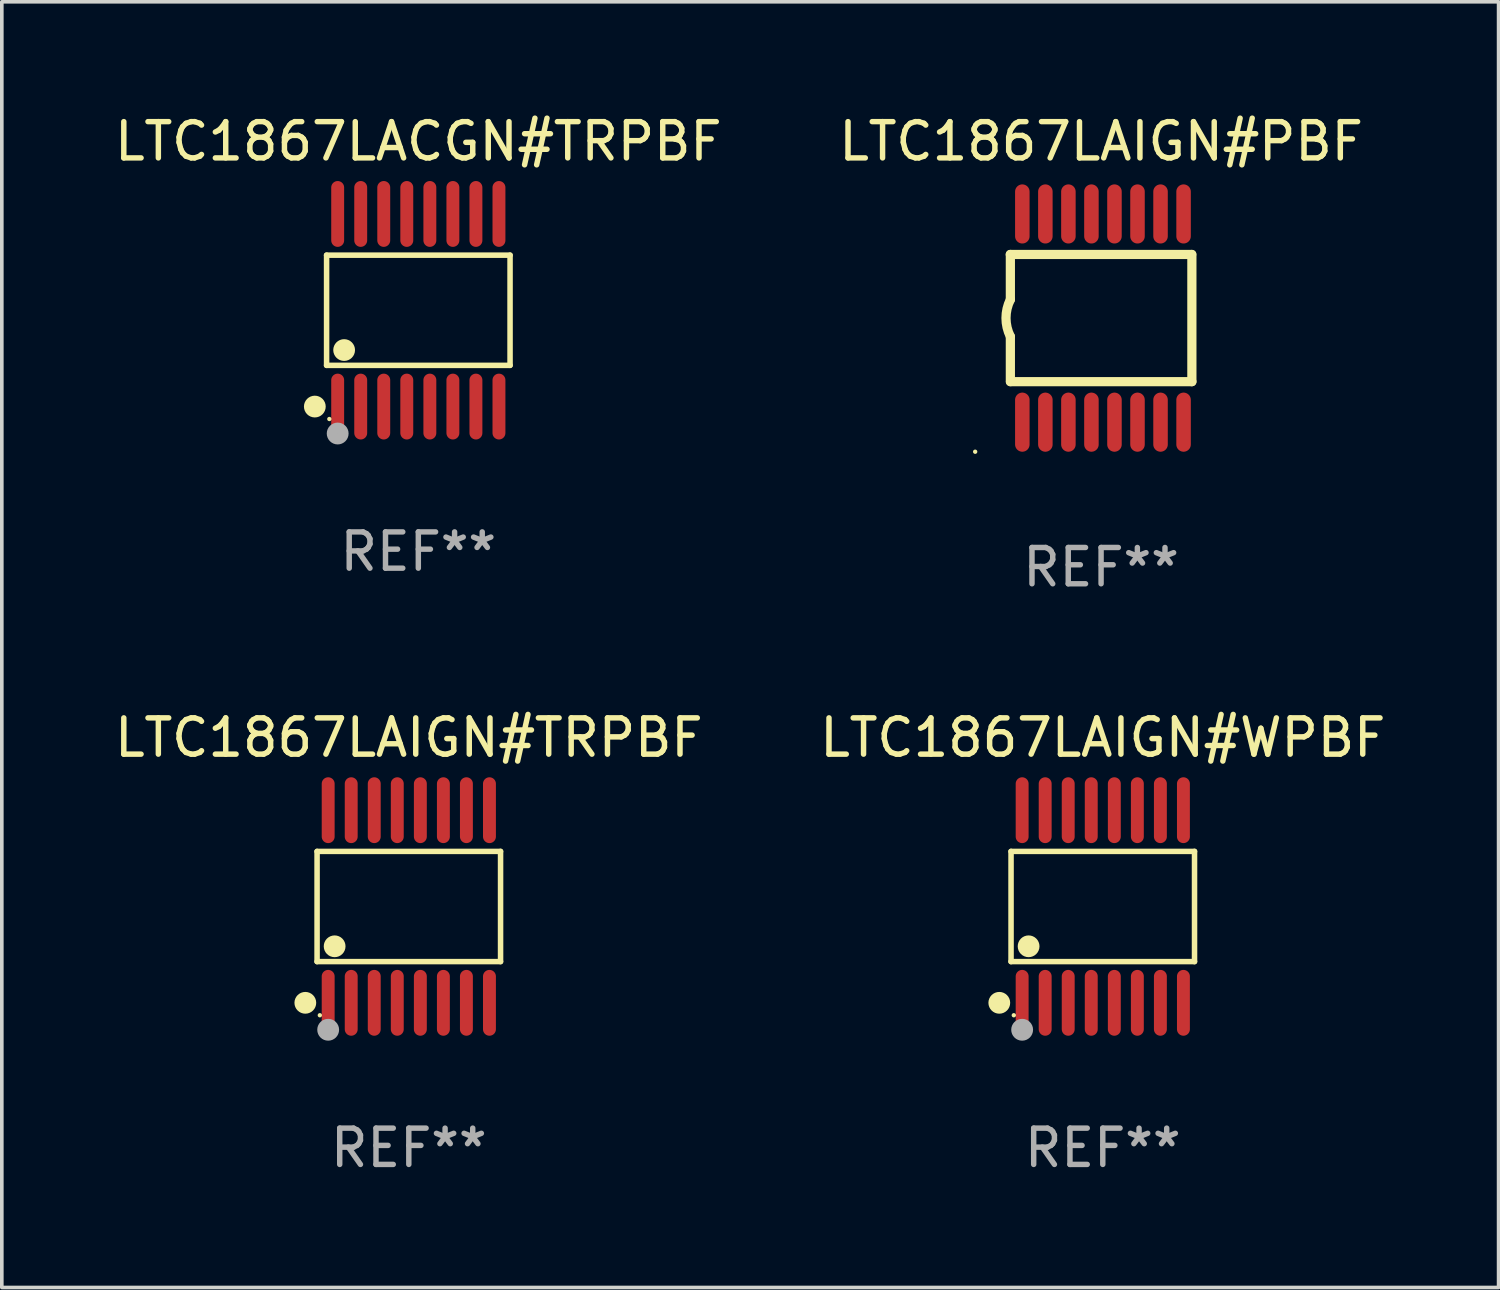
<source format=kicad_pcb>
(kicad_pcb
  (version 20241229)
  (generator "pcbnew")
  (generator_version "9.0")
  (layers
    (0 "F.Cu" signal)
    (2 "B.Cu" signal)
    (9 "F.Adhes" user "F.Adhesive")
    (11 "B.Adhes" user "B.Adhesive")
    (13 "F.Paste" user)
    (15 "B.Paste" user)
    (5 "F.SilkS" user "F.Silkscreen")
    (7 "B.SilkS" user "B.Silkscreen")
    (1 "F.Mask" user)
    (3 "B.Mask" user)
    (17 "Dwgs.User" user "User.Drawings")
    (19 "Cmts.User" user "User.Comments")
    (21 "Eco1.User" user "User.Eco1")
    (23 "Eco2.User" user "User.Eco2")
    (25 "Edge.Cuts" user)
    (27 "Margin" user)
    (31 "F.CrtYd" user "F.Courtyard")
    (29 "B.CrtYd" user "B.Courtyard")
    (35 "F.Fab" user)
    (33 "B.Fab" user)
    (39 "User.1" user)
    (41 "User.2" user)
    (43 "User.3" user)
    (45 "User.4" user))
  (footprint "LTC1867LAIGN#PBF"
    (layer "F.Cu")
    (at 27.304 5.718)
    (property "Reference" "LTC1867LAIGN#PBF" (at 0 -4.87 0) (layer "F.SilkS") (effects (font (size 1 1) (thickness 0.15))))
    (attr through_hole)
    (fp_line (start -2.503 -1.753) (end 2.497 -1.753) (stroke (width 0.254) (type solid)) (layer "F.SilkS"))
    (fp_line (start -2.501 -0.508) (end -2.501 -1.753) (stroke (width 0.254) (type solid)) (layer "F.SilkS"))
    (fp_line (start -2.501 1.753) (end -2.501 0.508) (stroke (width 0.254) (type solid)) (layer "F.SilkS"))
    (fp_line (start -2.497 1.753) (end 2.503 1.753) (stroke (width 0.254) (type solid)) (layer "F.SilkS"))
    (fp_line (start 2.503 1.753) (end 2.503 -1.753) (stroke (width 0.254) (type solid)) (layer "F.SilkS"))
    (fp_arc (start -2.50127 0.508001) (mid -2.621193 0) (end -2.50127 -0.508001) (stroke (width 0.254001) (type solid)) (layer "F.SilkS"))
    (fp_circle (center -3.471 3.685) (end -3.441 3.685) (stroke (width 0.06) (type solid)) (fill no) (layer "F.SilkS"))
    (fp_text user "REF**" (at 0 6.87 0) (layer "F.Fab") (effects (font (size 1 1) (thickness 0.15))))
    (pad "1" smd oval (at -2.171 2.87 90) (size 1.63 0.4) (layers "F.Cu" "F.Mask" "F.Paste"))
    (pad "2" smd oval (at -1.536 2.87 90) (size 1.63 0.4) (layers "F.Cu" "F.Mask" "F.Paste"))
    (pad "3" smd oval (at -0.901 2.87 90) (size 1.63 0.4) (layers "F.Cu" "F.Mask" "F.Paste"))
    (pad "4" smd oval (at -0.266 2.87 90) (size 1.63 0.4) (layers "F.Cu" "F.Mask" "F.Paste"))
    (pad "5" smd oval (at 0.369 2.87 90) (size 1.63 0.4) (layers "F.Cu" "F.Mask" "F.Paste"))
    (pad "6" smd oval (at 1.004 2.87 90) (size 1.63 0.4) (layers "F.Cu" "F.Mask" "F.Paste"))
    (pad "7" smd oval (at 1.639 2.87 90) (size 1.63 0.4) (layers "F.Cu" "F.Mask" "F.Paste"))
    (pad "8" smd oval (at 2.274 2.87 90) (size 1.63 0.4) (layers "F.Cu" "F.Mask" "F.Paste"))
    (pad "9" smd oval (at 2.274 -2.87 270) (size 1.63 0.4) (layers "F.Cu" "F.Mask" "F.Paste"))
    (pad "10" smd oval (at 1.639 -2.87 270) (size 1.63 0.4) (layers "F.Cu" "F.Mask" "F.Paste"))
    (pad "11" smd oval (at 1.004 -2.87 270) (size 1.63 0.4) (layers "F.Cu" "F.Mask" "F.Paste"))
    (pad "12" smd oval (at 0.369 -2.87 270) (size 1.63 0.4) (layers "F.Cu" "F.Mask" "F.Paste"))
    (pad "13" smd oval (at -0.266 -2.87 270) (size 1.63 0.4) (layers "F.Cu" "F.Mask" "F.Paste"))
    (pad "14" smd oval (at -0.901 -2.87 270) (size 1.63 0.4) (layers "F.Cu" "F.Mask" "F.Paste"))
    (pad "15" smd oval (at -1.536 -2.87 270) (size 1.63 0.4) (layers "F.Cu" "F.Mask" "F.Paste"))
    (pad "16" smd oval (at -2.171 -2.87 270) (size 1.63 0.4) (layers "F.Cu" "F.Mask" "F.Paste")))
  (footprint "LTC1867LAIGN#WPBF"
    (layer "F.Cu")
    (at 27.351 21.94)
    (property "Reference" "LTC1867LAIGN#WPBF" (at 0 -4.655 0) (layer "F.SilkS") (effects (font (size 1 1) (thickness 0.15))))
    (attr through_hole)
    (fp_line (start -2.529 -1.519) (end 2.529 -1.519) (stroke (width 0.152) (type solid)) (layer "F.SilkS"))
    (fp_line (start -2.529 1.519) (end -2.529 -1.519) (stroke (width 0.152) (type solid)) (layer "F.SilkS"))
    (fp_line (start 2.529 -1.519) (end 2.529 1.519) (stroke (width 0.152) (type solid)) (layer "F.SilkS"))
    (fp_line (start 2.529 1.519) (end -2.529 1.519) (stroke (width 0.152) (type solid)) (layer "F.SilkS"))
    (fp_circle (center -2.853 2.655) (end -2.703 2.655) (stroke (width 0.3) (type solid)) (fill no) (layer "F.SilkS"))
    (fp_circle (center -2.453 2.998) (end -2.423 2.998) (stroke (width 0.06) (type solid)) (fill no) (layer "F.SilkS"))
    (fp_circle (center -2.045 1.097) (end -1.895 1.097) (stroke (width 0.3) (type solid)) (fill no) (layer "F.SilkS"))
    (fp_circle (center -2.223 3.398) (end -2.072 3.398) (stroke (width 0.3) (type solid)) (fill no) (layer "F.Fab"))
    (fp_text user "REF**" (at 0 6.655 0) (layer "F.Fab") (effects (font (size 1 1) (thickness 0.15))))
    (pad "1" smd oval (at -2.223 2.655) (size 0.356 1.815) (layers "F.Cu" "F.Mask" "F.Paste"))
    (pad "2" smd oval (at -1.588 2.655) (size 0.356 1.815) (layers "F.Cu" "F.Mask" "F.Paste"))
    (pad "3" smd oval (at -0.953 2.655) (size 0.356 1.815) (layers "F.Cu" "F.Mask" "F.Paste"))
    (pad "4" smd oval (at -0.318 2.655) (size 0.356 1.815) (layers "F.Cu" "F.Mask" "F.Paste"))
    (pad "5" smd oval (at 0.318 2.655) (size 0.356 1.815) (layers "F.Cu" "F.Mask" "F.Paste"))
    (pad "6" smd oval (at 0.953 2.655) (size 0.356 1.815) (layers "F.Cu" "F.Mask" "F.Paste"))
    (pad "7" smd oval (at 1.588 2.655) (size 0.356 1.815) (layers "F.Cu" "F.Mask" "F.Paste"))
    (pad "8" smd oval (at 2.223 2.655) (size 0.356 1.815) (layers "F.Cu" "F.Mask" "F.Paste"))
    (pad "9" smd oval (at 2.223 -2.655) (size 0.356 1.815) (layers "F.Cu" "F.Mask" "F.Paste"))
    (pad "10" smd oval (at 1.588 -2.655) (size 0.356 1.815) (layers "F.Cu" "F.Mask" "F.Paste"))
    (pad "11" smd oval (at 0.953 -2.655) (size 0.356 1.815) (layers "F.Cu" "F.Mask" "F.Paste"))
    (pad "12" smd oval (at 0.318 -2.655) (size 0.356 1.815) (layers "F.Cu" "F.Mask" "F.Paste"))
    (pad "13" smd oval (at -0.318 -2.655) (size 0.356 1.815) (layers "F.Cu" "F.Mask" "F.Paste"))
    (pad "14" smd oval (at -0.953 -2.655) (size 0.356 1.815) (layers "F.Cu" "F.Mask" "F.Paste"))
    (pad "15" smd oval (at -1.588 -2.655) (size 0.356 1.815) (layers "F.Cu" "F.Mask" "F.Paste"))
    (pad "16" smd oval (at -2.223 -2.655) (size 0.356 1.815) (layers "F.Cu" "F.Mask" "F.Paste")))
  (footprint "LTC1867LACGN#TRPBF"
    (layer "F.Cu")
    (at 8.482 5.503)
    (property "Reference" "LTC1867LACGN#TRPBF" (at 0 -4.655 0) (layer "F.SilkS") (effects (font (size 1 1) (thickness 0.15))))
    (attr through_hole)
    (fp_line (start -2.529 -1.519) (end 2.529 -1.519) (stroke (width 0.152) (type solid)) (layer "F.SilkS"))
    (fp_line (start -2.529 1.519) (end -2.529 -1.519) (stroke (width 0.152) (type solid)) (layer "F.SilkS"))
    (fp_line (start 2.529 -1.519) (end 2.529 1.519) (stroke (width 0.152) (type solid)) (layer "F.SilkS"))
    (fp_line (start 2.529 1.519) (end -2.529 1.519) (stroke (width 0.152) (type solid)) (layer "F.SilkS"))
    (fp_circle (center -2.853 2.655) (end -2.703 2.655) (stroke (width 0.3) (type solid)) (fill no) (layer "F.SilkS"))
    (fp_circle (center -2.453 2.998) (end -2.423 2.998) (stroke (width 0.06) (type solid)) (fill no) (layer "F.SilkS"))
    (fp_circle (center -2.045 1.097) (end -1.895 1.097) (stroke (width 0.3) (type solid)) (fill no) (layer "F.SilkS"))
    (fp_circle (center -2.223 3.398) (end -2.072 3.398) (stroke (width 0.3) (type solid)) (fill no) (layer "F.Fab"))
    (fp_text user "REF**" (at 0 6.655 0) (layer "F.Fab") (effects (font (size 1 1) (thickness 0.15))))
    (pad "1" smd oval (at -2.223 2.655) (size 0.356 1.815) (layers "F.Cu" "F.Mask" "F.Paste"))
    (pad "2" smd oval (at -1.588 2.655) (size 0.356 1.815) (layers "F.Cu" "F.Mask" "F.Paste"))
    (pad "3" smd oval (at -0.953 2.655) (size 0.356 1.815) (layers "F.Cu" "F.Mask" "F.Paste"))
    (pad "4" smd oval (at -0.318 2.655) (size 0.356 1.815) (layers "F.Cu" "F.Mask" "F.Paste"))
    (pad "5" smd oval (at 0.318 2.655) (size 0.356 1.815) (layers "F.Cu" "F.Mask" "F.Paste"))
    (pad "6" smd oval (at 0.953 2.655) (size 0.356 1.815) (layers "F.Cu" "F.Mask" "F.Paste"))
    (pad "7" smd oval (at 1.588 2.655) (size 0.356 1.815) (layers "F.Cu" "F.Mask" "F.Paste"))
    (pad "8" smd oval (at 2.223 2.655) (size 0.356 1.815) (layers "F.Cu" "F.Mask" "F.Paste"))
    (pad "9" smd oval (at 2.223 -2.655) (size 0.356 1.815) (layers "F.Cu" "F.Mask" "F.Paste"))
    (pad "10" smd oval (at 1.588 -2.655) (size 0.356 1.815) (layers "F.Cu" "F.Mask" "F.Paste"))
    (pad "11" smd oval (at 0.953 -2.655) (size 0.356 1.815) (layers "F.Cu" "F.Mask" "F.Paste"))
    (pad "12" smd oval (at 0.318 -2.655) (size 0.356 1.815) (layers "F.Cu" "F.Mask" "F.Paste"))
    (pad "13" smd oval (at -0.318 -2.655) (size 0.356 1.815) (layers "F.Cu" "F.Mask" "F.Paste"))
    (pad "14" smd oval (at -0.953 -2.655) (size 0.356 1.815) (layers "F.Cu" "F.Mask" "F.Paste"))
    (pad "15" smd oval (at -1.588 -2.655) (size 0.356 1.815) (layers "F.Cu" "F.Mask" "F.Paste"))
    (pad "16" smd oval (at -2.223 -2.655) (size 0.356 1.815) (layers "F.Cu" "F.Mask" "F.Paste")))
  (footprint "LTC1867LAIGN#TRPBF"
    (layer "F.Cu")
    (at 8.22 21.94)
    (property "Reference" "LTC1867LAIGN#TRPBF" (at 0 -4.655 0) (layer "F.SilkS") (effects (font (size 1 1) (thickness 0.15))))
    (attr through_hole)
    (fp_line (start -2.529 -1.519) (end 2.529 -1.519) (stroke (width 0.152) (type solid)) (layer "F.SilkS"))
    (fp_line (start -2.529 1.519) (end -2.529 -1.519) (stroke (width 0.152) (type solid)) (layer "F.SilkS"))
    (fp_line (start 2.529 -1.519) (end 2.529 1.519) (stroke (width 0.152) (type solid)) (layer "F.SilkS"))
    (fp_line (start 2.529 1.519) (end -2.529 1.519) (stroke (width 0.152) (type solid)) (layer "F.SilkS"))
    (fp_circle (center -2.853 2.655) (end -2.703 2.655) (stroke (width 0.3) (type solid)) (fill no) (layer "F.SilkS"))
    (fp_circle (center -2.453 2.998) (end -2.423 2.998) (stroke (width 0.06) (type solid)) (fill no) (layer "F.SilkS"))
    (fp_circle (center -2.045 1.097) (end -1.895 1.097) (stroke (width 0.3) (type solid)) (fill no) (layer "F.SilkS"))
    (fp_circle (center -2.223 3.398) (end -2.072 3.398) (stroke (width 0.3) (type solid)) (fill no) (layer "F.Fab"))
    (fp_text user "REF**" (at 0 6.655 0) (layer "F.Fab") (effects (font (size 1 1) (thickness 0.15))))
    (pad "1" smd oval (at -2.223 2.655) (size 0.356 1.815) (layers "F.Cu" "F.Mask" "F.Paste"))
    (pad "2" smd oval (at -1.588 2.655) (size 0.356 1.815) (layers "F.Cu" "F.Mask" "F.Paste"))
    (pad "3" smd oval (at -0.953 2.655) (size 0.356 1.815) (layers "F.Cu" "F.Mask" "F.Paste"))
    (pad "4" smd oval (at -0.318 2.655) (size 0.356 1.815) (layers "F.Cu" "F.Mask" "F.Paste"))
    (pad "5" smd oval (at 0.318 2.655) (size 0.356 1.815) (layers "F.Cu" "F.Mask" "F.Paste"))
    (pad "6" smd oval (at 0.953 2.655) (size 0.356 1.815) (layers "F.Cu" "F.Mask" "F.Paste"))
    (pad "7" smd oval (at 1.588 2.655) (size 0.356 1.815) (layers "F.Cu" "F.Mask" "F.Paste"))
    (pad "8" smd oval (at 2.223 2.655) (size 0.356 1.815) (layers "F.Cu" "F.Mask" "F.Paste"))
    (pad "9" smd oval (at 2.223 -2.655) (size 0.356 1.815) (layers "F.Cu" "F.Mask" "F.Paste"))
    (pad "10" smd oval (at 1.588 -2.655) (size 0.356 1.815) (layers "F.Cu" "F.Mask" "F.Paste"))
    (pad "11" smd oval (at 0.953 -2.655) (size 0.356 1.815) (layers "F.Cu" "F.Mask" "F.Paste"))
    (pad "12" smd oval (at 0.318 -2.655) (size 0.356 1.815) (layers "F.Cu" "F.Mask" "F.Paste"))
    (pad "13" smd oval (at -0.318 -2.655) (size 0.356 1.815) (layers "F.Cu" "F.Mask" "F.Paste"))
    (pad "14" smd oval (at -0.953 -2.655) (size 0.356 1.815) (layers "F.Cu" "F.Mask" "F.Paste"))
    (pad "15" smd oval (at -1.588 -2.655) (size 0.356 1.815) (layers "F.Cu" "F.Mask" "F.Paste"))
    (pad "16" smd oval (at -2.223 -2.655) (size 0.356 1.815) (layers "F.Cu" "F.Mask" "F.Paste")))
  (gr_rect
    (start -3 -3)
    (end 38.262 32.443)
    (stroke (width 0.1) (type default))
    (fill no)
    (layer "Edge.Cuts")))
</source>
